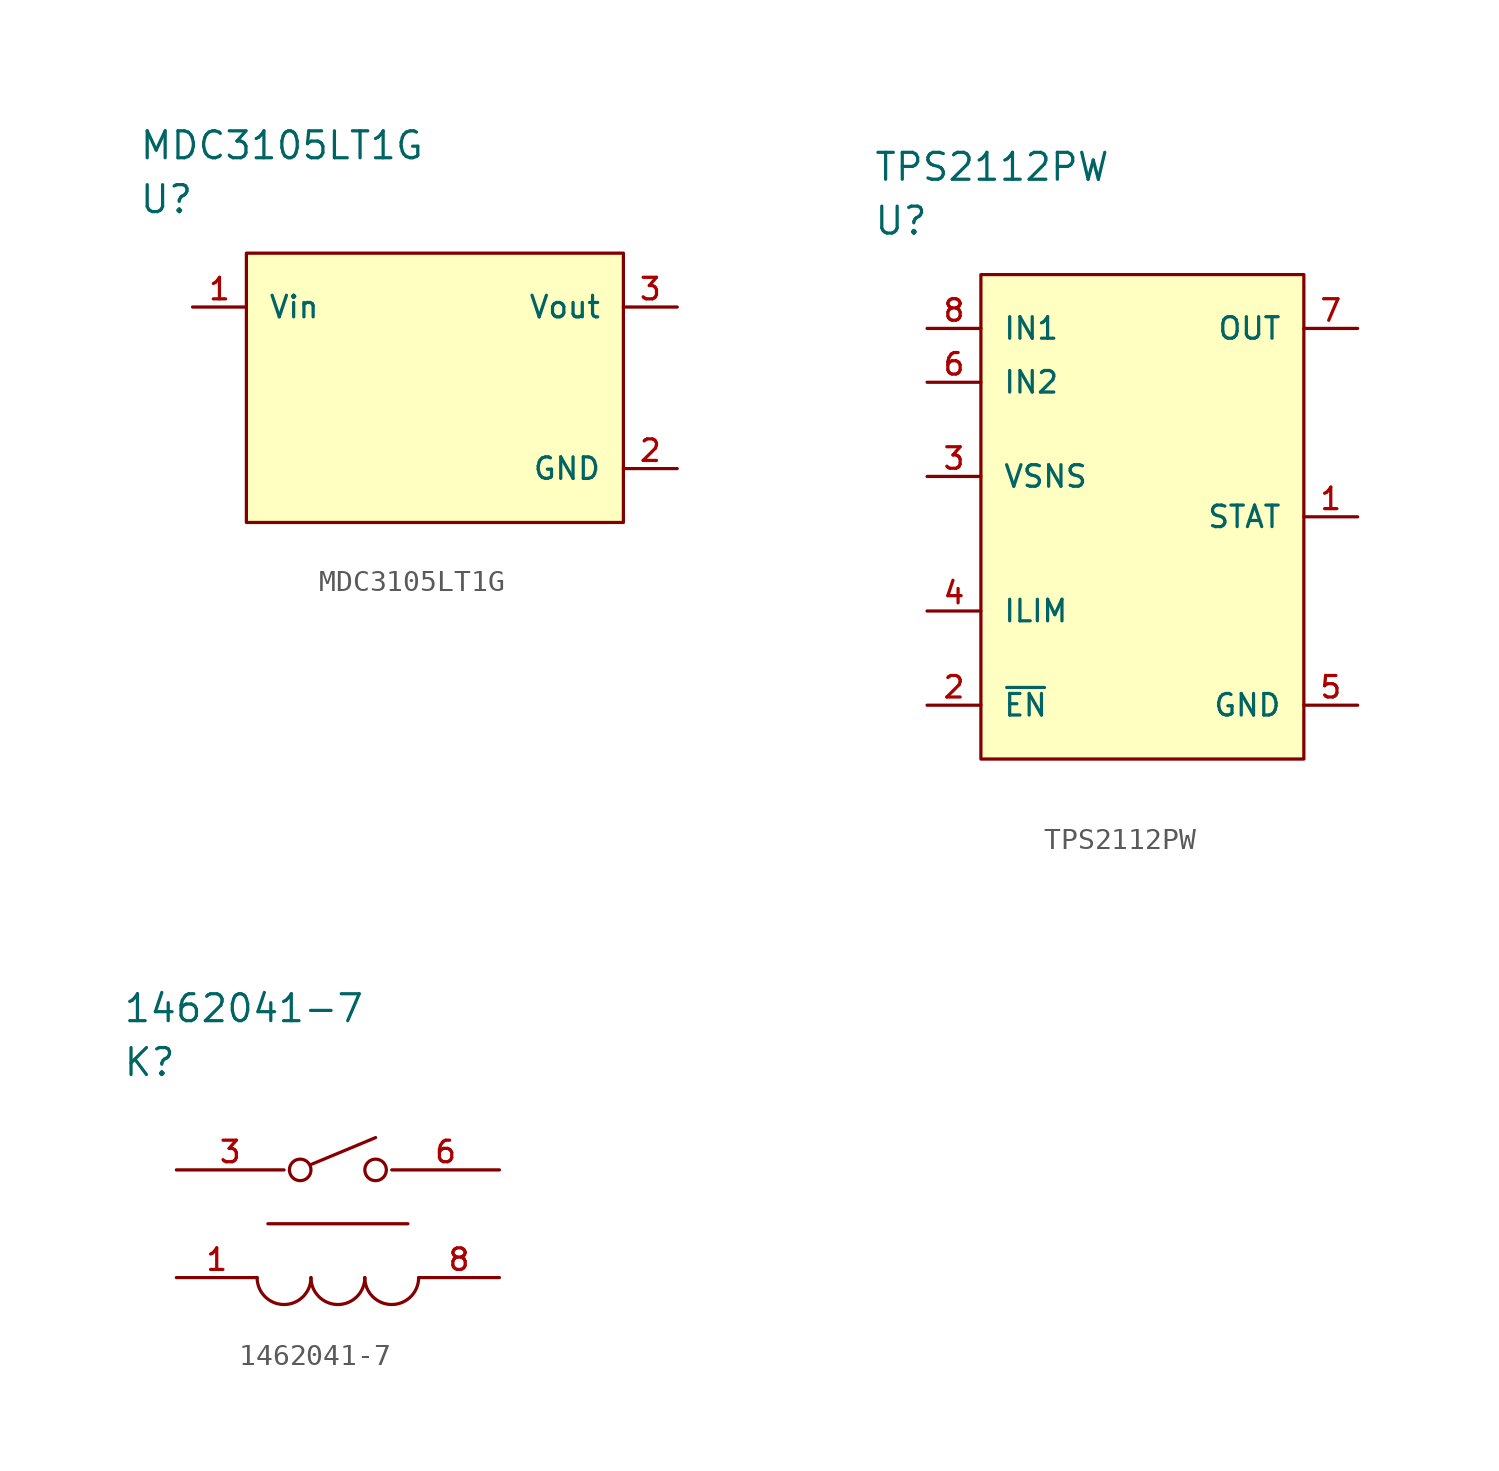
<source format=kicad_sym>
(kicad_symbol_lib
  (version 20201005)
  (generator kicad_symbol_editor)
  (symbol "MDC3105LT1G"
    (pin_names
      (offset 1.016))
    (property "Reference" "U"
      (at 0 5.08 0)
      (effects (font (size 1.27 1.27)) (justify left)))
    (property "Value" "MDC3105LT1G"
      (at 0 7.62 0)
      (effects (font (size 1.27 1.27)) (justify left)))
    (property "ki_locked" ""
      (at 0 0 0)
      (effects (font (size 1.27 1.27))))
    (symbol "MDC3105LT1G_1_1"
      (rectangle (start 5.08 2.54) (end 22.86 -10.16) (stroke (width 0)) (fill (type background)))
      (pin input line (at 2.54 0 0) (length 2.54) (name "Vin" (effects (font (size 1.016 1.016)))) (number "1" (effects (font (size 1.016 1.016)))))
      (pin power_in line (at 25.4 -7.62 180) (length 2.54) (name "GND" (effects (font (size 1.016 1.016)))) (number "2" (effects (font (size 1.016 1.016)))))
      (pin output line (at 25.4 0 180) (length 2.54) (name "Vout" (effects (font (size 1.016 1.016)))) (number "3" (effects (font (size 1.016 1.016)))))))
  (symbol "Power MUX:TPS2112PW"
    (pin_names
      (offset 1.016))
    (property "Reference" "U"
      (at 0 5.08 0)
      (effects (font (size 1.27 1.27)) (justify left)))
    (property "Value" "TPS2112PW"
      (at 0 7.62 0)
      (effects (font (size 1.27 1.27)) (justify left)))
    (symbol "TPS2112PW_1_1"
      (rectangle (start 5.08 2.54) (end 20.32 -20.32) (stroke (width 0)) (fill (type background)))
      (pin open_collector line (at 22.86 -8.89 180) (length 2.54) (name "STAT" (effects (font (size 1.016 1.016)))) (number "1" (effects (font (size 1.016 1.016)))))
      (pin input line (at 2.54 -17.78 0) (length 2.54) (name "~EN~" (effects (font (size 1.016 1.016)))) (number "2" (effects (font (size 1.016 1.016)))))
      (pin input line (at 2.54 -6.985 0) (length 2.54) (name "VSNS" (effects (font (size 1.016 1.016)))) (number "3" (effects (font (size 1.016 1.016)))))
      (pin input line (at 2.54 -13.335 0) (length 2.54) (name "ILIM" (effects (font (size 1.016 1.016)))) (number "4" (effects (font (size 1.016 1.016)))))
      (pin power_out line (at 22.86 -17.78 180) (length 2.54) (name "GND" (effects (font (size 1.016 1.016)))) (number "5" (effects (font (size 1.016 1.016)))))
      (pin power_in line (at 2.54 -2.54 0) (length 2.54) (name "IN2" (effects (font (size 1.016 1.016)))) (number "6" (effects (font (size 1.016 1.016)))))
      (pin power_out line (at 22.86 0 180) (length 2.54) (name "OUT" (effects (font (size 1.016 1.016)))) (number "7" (effects (font (size 1.016 1.016)))))
      (pin power_in line (at 2.54 0 0) (length 2.54) (name "IN1" (effects (font (size 1.016 1.016)))) (number "8" (effects (font (size 1.016 1.016)))))))
  (symbol "Relay:1462041-7"
    (pin_names
      (offset 1.016))
    (property "Reference" "K"
      (at 0 5.08 0)
      (effects (font (size 1.27 1.27)) (justify left)))
    (property "Value" "1462041-7"
      (at 0 7.62 0)
      (effects (font (size 1.27 1.27)) (justify left)))
    (property "ki_locked" ""
      (at 0 0 0)
      (effects (font (size 1.27 1.27))))
    (symbol "1462041-7_1_1"
      (arc (start 6.35 -5.08) (end 8.89 -5.08) (radius (at 7.62 -5.08) (length 1.27) (angles 0 179.9)) (stroke (width 0)) (fill (type none)))
      (arc (start 8.89 -5.08) (end 11.43 -5.08) (radius (at 10.16 -5.08) (length 1.27) (angles 0 179.9)) (stroke (width 0)) (fill (type none)))
      (arc (start 11.43 -5.08) (end 13.97 -5.08) (radius (at 12.7 -5.08) (length 1.27) (angles 0 179.9)) (stroke (width 0)) (fill (type none)))
      (circle (center 8.382 0) (radius 0.508) (stroke (width 0)) (fill (type none)))
      (circle (center 11.938 0) (radius 0.508) (stroke (width 0)) (fill (type none)))
      (polyline (pts (xy 8.89 0.254) (xy 11.938 1.524)) (stroke (width 0)) (fill (type none)))
      (polyline (pts (xy 13.462 -2.54) (xy 6.858 -2.54)) (stroke (width 0)) (fill (type none)))
      (pin passive line (at 2.54 -5.08 0) (length 3.81) (name "1" (effects (font (size 0 0)))) (number "1" (effects (font (size 1.016 1.016)))))
      (pin passive line (at 2.54 0 0) (length 5.08) (name "3" (effects (font (size 0 0)))) (number "3" (effects (font (size 1.016 1.016)))))
      (pin passive line (at 17.78 0 180) (length 5.08) (name "6" (effects (font (size 0 0)))) (number "6" (effects (font (size 1.016 1.016)))))
      (pin passive line (at 17.78 -5.08 180) (length 3.81) (name "8" (effects (font (size 0 0)))) (number "8" (effects (font (size 1.016 1.016))))))))
</source>
